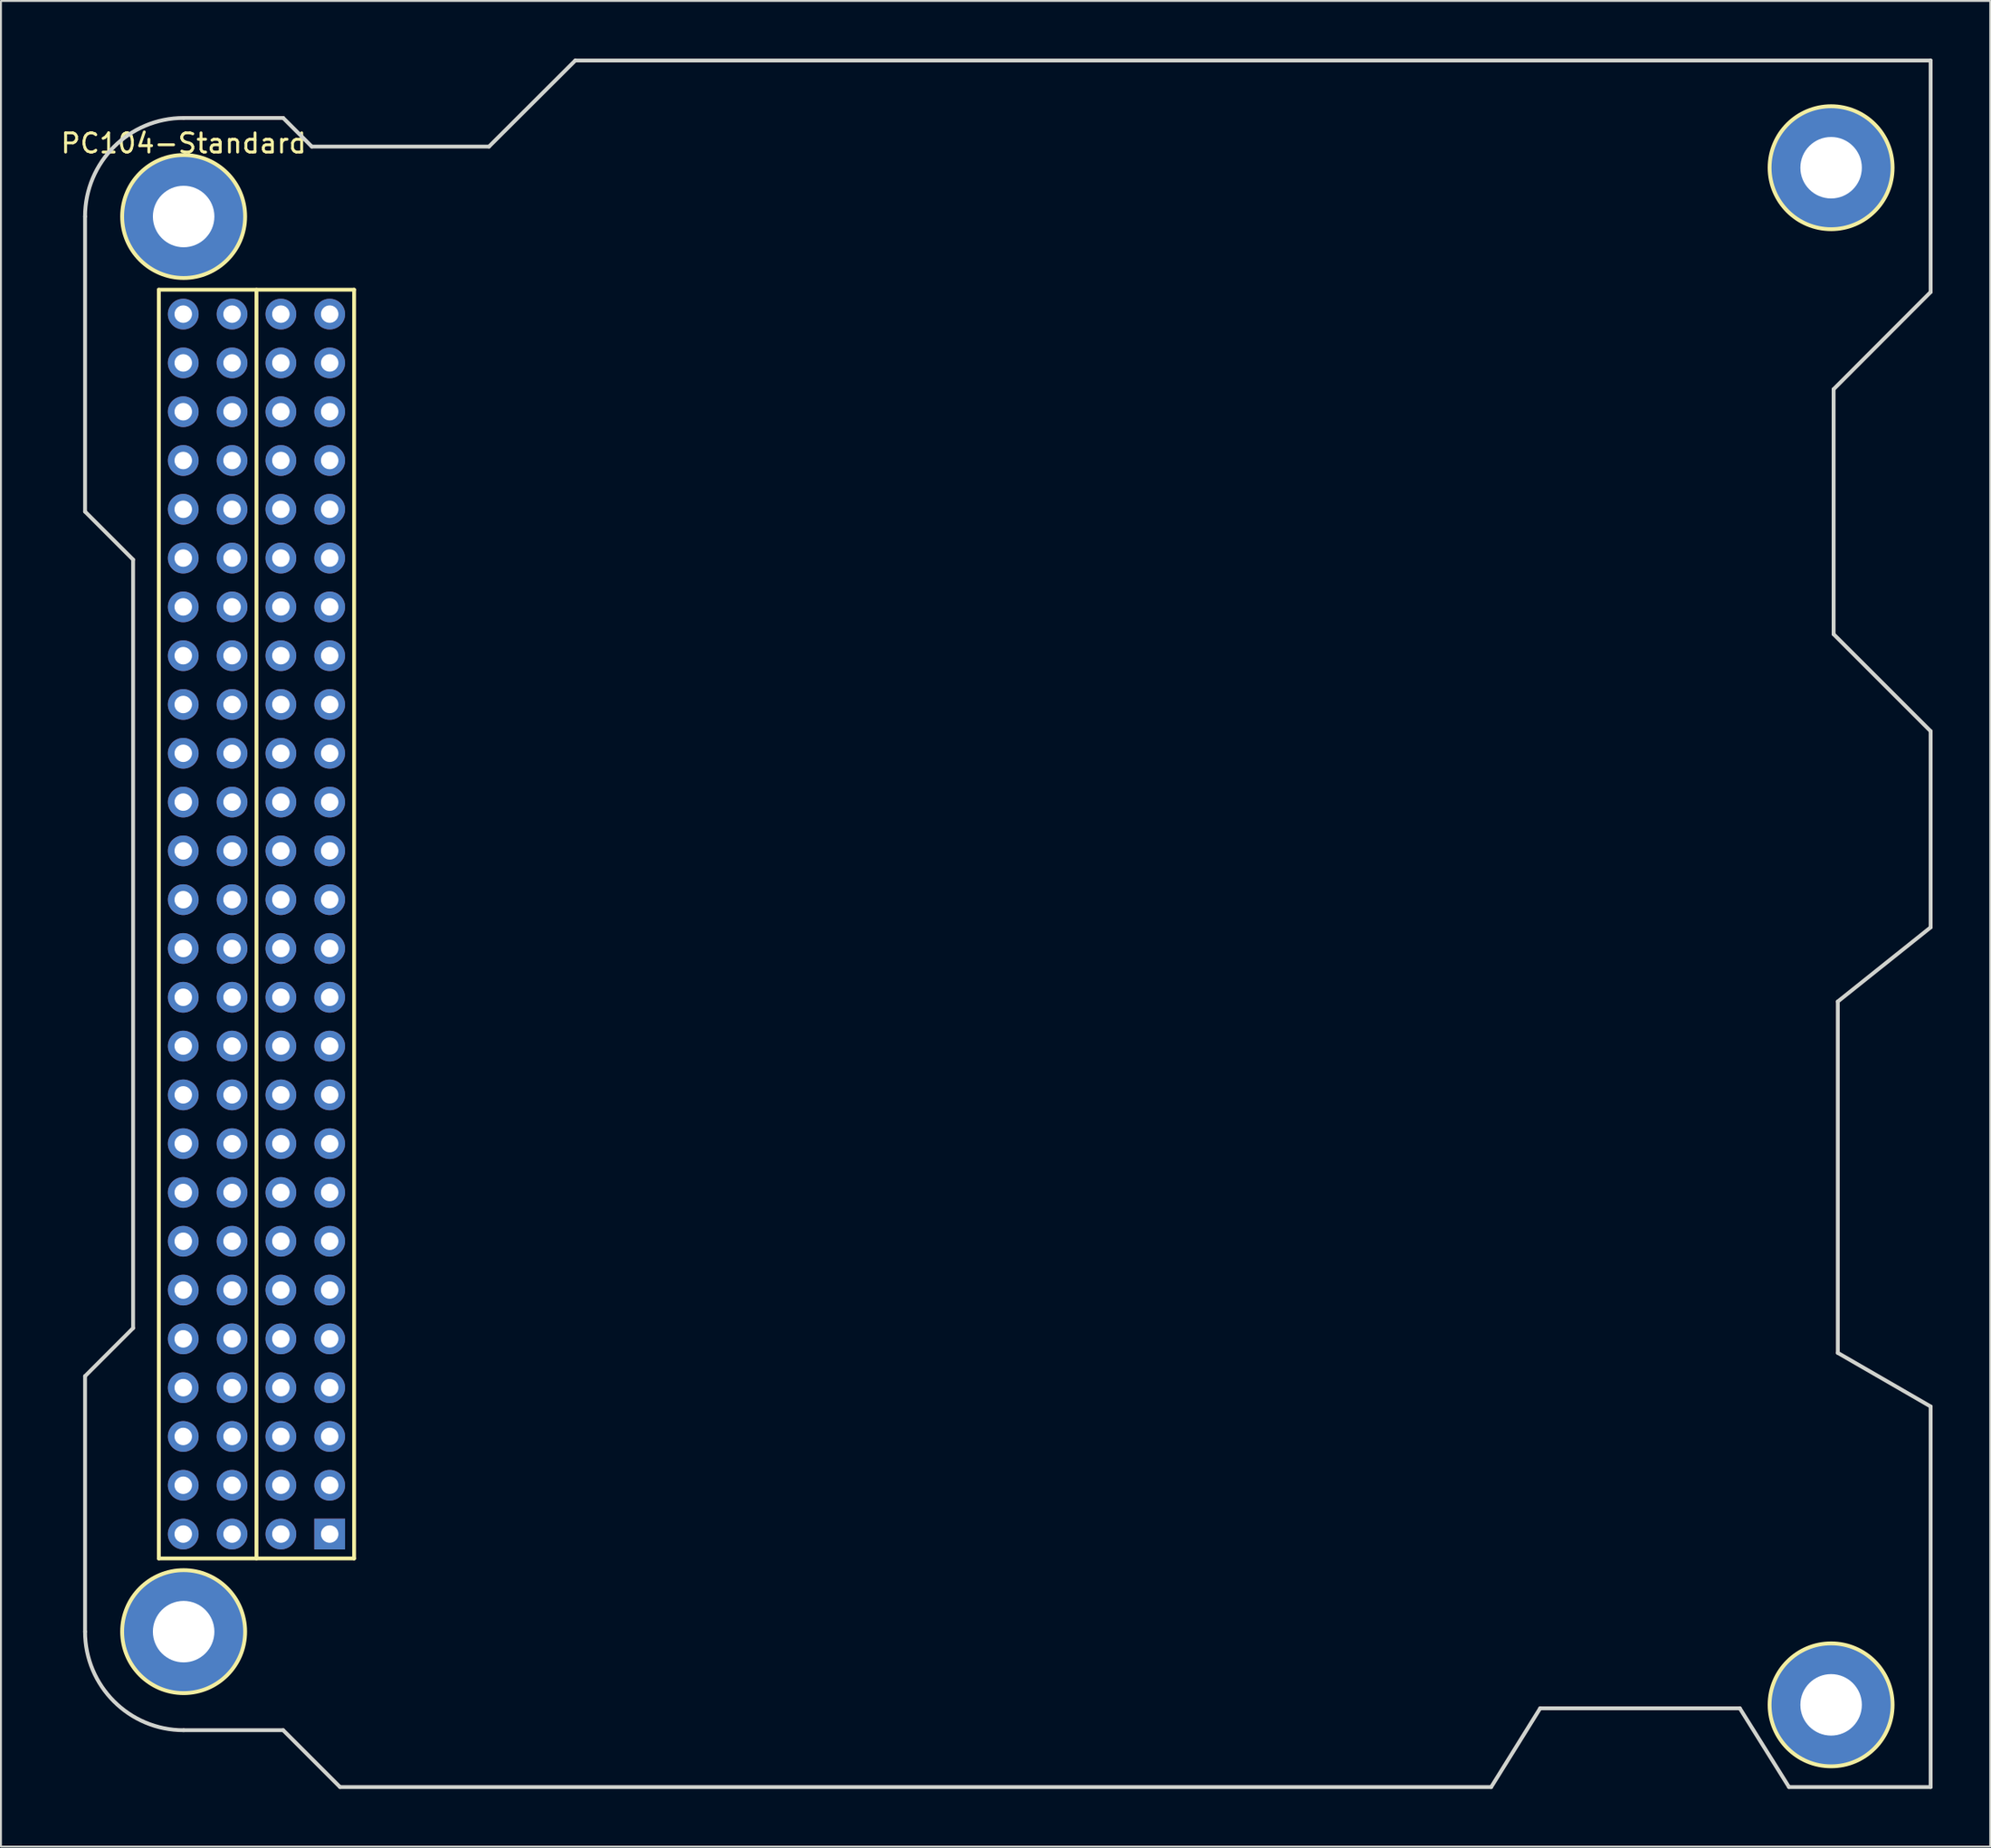
<source format=kicad_pcb>
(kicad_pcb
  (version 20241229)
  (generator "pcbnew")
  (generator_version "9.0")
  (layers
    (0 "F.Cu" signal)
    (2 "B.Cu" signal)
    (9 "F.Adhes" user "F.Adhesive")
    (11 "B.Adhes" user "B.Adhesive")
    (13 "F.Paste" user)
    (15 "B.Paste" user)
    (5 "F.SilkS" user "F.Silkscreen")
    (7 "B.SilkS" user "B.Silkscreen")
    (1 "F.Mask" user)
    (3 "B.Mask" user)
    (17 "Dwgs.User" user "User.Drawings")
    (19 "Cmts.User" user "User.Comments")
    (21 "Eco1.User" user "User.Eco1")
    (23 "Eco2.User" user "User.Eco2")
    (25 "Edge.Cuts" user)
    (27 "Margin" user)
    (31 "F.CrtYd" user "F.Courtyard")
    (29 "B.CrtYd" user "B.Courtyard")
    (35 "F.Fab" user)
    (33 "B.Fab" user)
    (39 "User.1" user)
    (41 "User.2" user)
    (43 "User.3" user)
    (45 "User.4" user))
  (footprint "PC104-Standard"
    (layer "F.Cu")
    (at 6.506 81.88)
    (property "Reference" "PC104-Standard" (at 0 -77.47 0) (layer "F.SilkS") (effects (font (size 1 1) (thickness 0.15))))
    (attr through_hole)
    (fp_line (start -1.29 -69.85) (end 8.87 -69.85) (stroke (width 0.2) (type solid)) (layer "F.SilkS"))
    (fp_line (start -1.29 -3.81) (end -1.29 -69.85) (stroke (width 0.2) (type solid)) (layer "F.SilkS"))
    (fp_line (start 3.79 -69.85) (end 3.79 -3.81) (stroke (width 0.2) (type solid)) (layer "F.SilkS"))
    (fp_line (start 8.87 -69.85) (end 8.87 -3.81) (stroke (width 0.2) (type solid)) (layer "F.SilkS"))
    (fp_line (start 8.87 -3.81) (end -1.29 -3.81) (stroke (width 0.2) (type solid)) (layer "F.SilkS"))
    (fp_circle (center 0 -73.66) (end 3.2 -73.66) (stroke (width 0.2) (type solid)) (fill no) (layer "F.SilkS"))
    (fp_circle (center 0 0) (end 3.2 0) (stroke (width 0.2) (type solid)) (fill no) (layer "F.SilkS"))
    (fp_circle (center 85.73 -76.2) (end 88.93 -76.2) (stroke (width 0.2) (type solid)) (fill no) (layer "F.SilkS"))
    (fp_circle (center 85.73 3.81) (end 88.93 3.81) (stroke (width 0.2) (type solid)) (fill no) (layer "F.SilkS"))
    (fp_line (start -5.13 -58.3) (end -5.13 -73.66) (stroke (width 0.2) (type solid)) (layer "Edge.Cuts"))
    (fp_line (start -5.13 -13.3) (end -5.13 0) (stroke (width 0.2) (type solid)) (layer "Edge.Cuts"))
    (fp_line (start -5.13 -13.3) (end -2.63 -15.8) (stroke (width 0.2) (type solid)) (layer "Edge.Cuts"))
    (fp_line (start -2.63 -55.8) (end -5.13 -58.3) (stroke (width 0.2) (type solid)) (layer "Edge.Cuts"))
    (fp_line (start -2.63 -15.8) (end -2.63 -55.8) (stroke (width 0.2) (type solid)) (layer "Edge.Cuts"))
    (fp_line (start 5.18 -78.79) (end 0 -78.79) (stroke (width 0.2) (type solid)) (layer "Edge.Cuts"))
    (fp_line (start 5.18 -78.79) (end 6.67 -77.3) (stroke (width 0.2) (type solid)) (layer "Edge.Cuts"))
    (fp_line (start 5.18 5.13) (end 0 5.13) (stroke (width 0.2) (type solid)) (layer "Edge.Cuts"))
    (fp_line (start 6.67 -77.3) (end 15.89 -77.3) (stroke (width 0.2) (type solid)) (layer "Edge.Cuts"))
    (fp_line (start 8.14 8.09) (end 5.18 5.13) (stroke (width 0.2) (type solid)) (layer "Edge.Cuts"))
    (fp_line (start 15.89 -77.3) (end 20.38 -81.78) (stroke (width 0.2) (type solid)) (layer "Edge.Cuts"))
    (fp_line (start 20.38 -81.78) (end 90.91 -81.78) (stroke (width 0.2) (type solid)) (layer "Edge.Cuts"))
    (fp_line (start 68.04 8.09) (end 8.14 8.09) (stroke (width 0.2) (type solid)) (layer "Edge.Cuts"))
    (fp_line (start 70.59 3.99) (end 68.04 8.09) (stroke (width 0.2) (type solid)) (layer "Edge.Cuts"))
    (fp_line (start 80.98 3.99) (end 70.59 3.99) (stroke (width 0.2) (type solid)) (layer "Edge.Cuts"))
    (fp_line (start 83.54 8.09) (end 80.98 3.99) (stroke (width 0.2) (type solid)) (layer "Edge.Cuts"))
    (fp_line (start 85.86 -64.67) (end 85.86 -51.92) (stroke (width 0.2) (type solid)) (layer "Edge.Cuts"))
    (fp_line (start 85.86 -51.92) (end 90.91 -46.87) (stroke (width 0.2) (type solid)) (layer "Edge.Cuts"))
    (fp_line (start 86.08 -32.8) (end 86.08 -14.51) (stroke (width 0.2) (type solid)) (layer "Edge.Cuts"))
    (fp_line (start 86.08 -14.51) (end 90.91 -11.72) (stroke (width 0.2) (type solid)) (layer "Edge.Cuts"))
    (fp_line (start 90.91 -81.78) (end 90.91 -69.73) (stroke (width 0.2) (type solid)) (layer "Edge.Cuts"))
    (fp_line (start 90.91 -69.73) (end 85.86 -64.67) (stroke (width 0.2) (type solid)) (layer "Edge.Cuts"))
    (fp_line (start 90.91 -46.87) (end 90.91 -36.66) (stroke (width 0.2) (type solid)) (layer "Edge.Cuts"))
    (fp_line (start 90.91 -36.66) (end 86.08 -32.8) (stroke (width 0.2) (type solid)) (layer "Edge.Cuts"))
    (fp_line (start 90.91 -11.72) (end 90.91 8.09) (stroke (width 0.2) (type solid)) (layer "Edge.Cuts"))
    (fp_line (start 90.91 8.09) (end 83.54 8.09) (stroke (width 0.2) (type solid)) (layer "Edge.Cuts"))
    (fp_arc (start -5.13 -73.66) (mid -3.627458 -77.287458) (end 0 -78.79) (stroke (width 0.2) (type solid)) (layer "Edge.Cuts"))
    (fp_arc (start 0 5.13) (mid -3.627458 3.627458) (end -5.13 0) (stroke (width 0.2) (type solid)) (layer "Edge.Cuts"))
    (pad "" thru_hole circle (at 0 -73.66) (size 6.35 6.35) (drill 3.2) (layers "*.Cu" "*.Mask"))
    (pad "" thru_hole circle (at 0 0) (size 6.35 6.35) (drill 3.2) (layers "*.Cu" "*.Mask"))
    (pad "" thru_hole circle (at 85.73 -76.2) (size 6.35 6.35) (drill 3.2) (layers "*.Cu" "*.Mask"))
    (pad "" thru_hole circle (at 85.73 3.81) (size 6.35 6.35) (drill 3.2) (layers "*.Cu" "*.Mask"))
    (pad "1" thru_hole rect (at 7.6 -5.08) (size 1.6 1.6) (drill 0.91) (layers "*.Cu" "*.Mask"))
    (pad "2" thru_hole circle (at 5.06 -5.08) (size 1.6 1.6) (drill 0.91) (layers "*.Cu" "*.Mask"))
    (pad "3" thru_hole circle (at 7.6 -7.62) (size 1.6 1.6) (drill 0.91) (layers "*.Cu" "*.Mask"))
    (pad "4" thru_hole circle (at 5.06 -7.62) (size 1.6 1.6) (drill 0.91) (layers "*.Cu" "*.Mask"))
    (pad "5" thru_hole circle (at 7.6 -10.16) (size 1.6 1.6) (drill 0.91) (layers "*.Cu" "*.Mask"))
    (pad "6" thru_hole circle (at 5.06 -10.16) (size 1.6 1.6) (drill 0.91) (layers "*.Cu" "*.Mask"))
    (pad "7" thru_hole circle (at 7.6 -12.7) (size 1.6 1.6) (drill 0.91) (layers "*.Cu" "*.Mask"))
    (pad "8" thru_hole circle (at 5.06 -12.7) (size 1.6 1.6) (drill 0.91) (layers "*.Cu" "*.Mask"))
    (pad "9" thru_hole circle (at 7.6 -15.24) (size 1.6 1.6) (drill 0.91) (layers "*.Cu" "*.Mask"))
    (pad "10" thru_hole circle (at 5.06 -15.24) (size 1.6 1.6) (drill 0.91) (layers "*.Cu" "*.Mask"))
    (pad "11" thru_hole circle (at 7.6 -17.78) (size 1.6 1.6) (drill 0.91) (layers "*.Cu" "*.Mask"))
    (pad "12" thru_hole circle (at 5.06 -17.78) (size 1.6 1.6) (drill 0.91) (layers "*.Cu" "*.Mask"))
    (pad "13" thru_hole circle (at 7.6 -20.32) (size 1.6 1.6) (drill 0.91) (layers "*.Cu" "*.Mask"))
    (pad "14" thru_hole circle (at 5.06 -20.32) (size 1.6 1.6) (drill 0.91) (layers "*.Cu" "*.Mask"))
    (pad "15" thru_hole circle (at 7.6 -22.86) (size 1.6 1.6) (drill 0.91) (layers "*.Cu" "*.Mask"))
    (pad "16" thru_hole circle (at 5.06 -22.86) (size 1.6 1.6) (drill 0.91) (layers "*.Cu" "*.Mask"))
    (pad "17" thru_hole circle (at 7.6 -25.4) (size 1.6 1.6) (drill 0.91) (layers "*.Cu" "*.Mask"))
    (pad "18" thru_hole circle (at 5.06 -25.4) (size 1.6 1.6) (drill 0.91) (layers "*.Cu" "*.Mask"))
    (pad "19" thru_hole circle (at 7.6 -27.94) (size 1.6 1.6) (drill 0.91) (layers "*.Cu" "*.Mask"))
    (pad "20" thru_hole circle (at 5.06 -27.94) (size 1.6 1.6) (drill 0.91) (layers "*.Cu" "*.Mask"))
    (pad "21" thru_hole circle (at 7.6 -30.48) (size 1.6 1.6) (drill 0.91) (layers "*.Cu" "*.Mask"))
    (pad "22" thru_hole circle (at 5.06 -30.48) (size 1.6 1.6) (drill 0.91) (layers "*.Cu" "*.Mask"))
    (pad "23" thru_hole circle (at 7.6 -33.02) (size 1.6 1.6) (drill 0.91) (layers "*.Cu" "*.Mask"))
    (pad "24" thru_hole circle (at 5.06 -33.02) (size 1.6 1.6) (drill 0.91) (layers "*.Cu" "*.Mask"))
    (pad "25" thru_hole circle (at 7.6 -35.56) (size 1.6 1.6) (drill 0.91) (layers "*.Cu" "*.Mask"))
    (pad "26" thru_hole circle (at 5.06 -35.56) (size 1.6 1.6) (drill 0.91) (layers "*.Cu" "*.Mask"))
    (pad "27" thru_hole circle (at 7.6 -38.1) (size 1.6 1.6) (drill 0.91) (layers "*.Cu" "*.Mask"))
    (pad "28" thru_hole circle (at 5.06 -38.1) (size 1.6 1.6) (drill 0.91) (layers "*.Cu" "*.Mask"))
    (pad "29" thru_hole circle (at 7.6 -40.64) (size 1.6 1.6) (drill 0.91) (layers "*.Cu" "*.Mask"))
    (pad "30" thru_hole circle (at 5.06 -40.64) (size 1.6 1.6) (drill 0.91) (layers "*.Cu" "*.Mask"))
    (pad "31" thru_hole circle (at 7.6 -43.18) (size 1.6 1.6) (drill 0.91) (layers "*.Cu" "*.Mask"))
    (pad "32" thru_hole circle (at 5.06 -43.18) (size 1.6 1.6) (drill 0.91) (layers "*.Cu" "*.Mask"))
    (pad "33" thru_hole circle (at 7.6 -45.72) (size 1.6 1.6) (drill 0.91) (layers "*.Cu" "*.Mask"))
    (pad "34" thru_hole circle (at 5.06 -45.72) (size 1.6 1.6) (drill 0.91) (layers "*.Cu" "*.Mask"))
    (pad "35" thru_hole circle (at 7.6 -48.26) (size 1.6 1.6) (drill 0.91) (layers "*.Cu" "*.Mask"))
    (pad "36" thru_hole circle (at 5.06 -48.26) (size 1.6 1.6) (drill 0.91) (layers "*.Cu" "*.Mask"))
    (pad "37" thru_hole circle (at 7.6 -50.8) (size 1.6 1.6) (drill 0.91) (layers "*.Cu" "*.Mask"))
    (pad "38" thru_hole circle (at 5.06 -50.8) (size 1.6 1.6) (drill 0.91) (layers "*.Cu" "*.Mask"))
    (pad "39" thru_hole circle (at 7.6 -53.34) (size 1.6 1.6) (drill 0.91) (layers "*.Cu" "*.Mask"))
    (pad "40" thru_hole circle (at 5.06 -53.34) (size 1.6 1.6) (drill 0.91) (layers "*.Cu" "*.Mask"))
    (pad "41" thru_hole circle (at 7.6 -55.88) (size 1.6 1.6) (drill 0.91) (layers "*.Cu" "*.Mask"))
    (pad "42" thru_hole circle (at 5.06 -55.88) (size 1.6 1.6) (drill 0.91) (layers "*.Cu" "*.Mask"))
    (pad "43" thru_hole circle (at 7.6 -58.42) (size 1.6 1.6) (drill 0.91) (layers "*.Cu" "*.Mask"))
    (pad "44" thru_hole circle (at 5.06 -58.42) (size 1.6 1.6) (drill 0.91) (layers "*.Cu" "*.Mask"))
    (pad "45" thru_hole circle (at 7.6 -60.96) (size 1.6 1.6) (drill 0.91) (layers "*.Cu" "*.Mask"))
    (pad "46" thru_hole circle (at 5.06 -60.96) (size 1.6 1.6) (drill 0.91) (layers "*.Cu" "*.Mask"))
    (pad "47" thru_hole circle (at 7.6 -63.5) (size 1.6 1.6) (drill 0.91) (layers "*.Cu" "*.Mask"))
    (pad "48" thru_hole circle (at 5.06 -63.5) (size 1.6 1.6) (drill 0.91) (layers "*.Cu" "*.Mask"))
    (pad "49" thru_hole circle (at 7.6 -66.04) (size 1.6 1.6) (drill 0.91) (layers "*.Cu" "*.Mask"))
    (pad "50" thru_hole circle (at 5.06 -66.04) (size 1.6 1.6) (drill 0.91) (layers "*.Cu" "*.Mask"))
    (pad "51" thru_hole circle (at 7.6 -68.58) (size 1.6 1.6) (drill 0.91) (layers "*.Cu" "*.Mask"))
    (pad "52" thru_hole circle (at 5.06 -68.58) (size 1.6 1.6) (drill 0.91) (layers "*.Cu" "*.Mask"))
    (pad "53" thru_hole circle (at 2.52 -5.08) (size 1.6 1.6) (drill 0.91) (layers "*.Cu" "*.Mask"))
    (pad "54" thru_hole circle (at -0.02 -5.08) (size 1.6 1.6) (drill 0.91) (layers "*.Cu" "*.Mask"))
    (pad "55" thru_hole circle (at 2.52 -7.62) (size 1.6 1.6) (drill 0.91) (layers "*.Cu" "*.Mask"))
    (pad "56" thru_hole circle (at -0.02 -7.62) (size 1.6 1.6) (drill 0.91) (layers "*.Cu" "*.Mask"))
    (pad "57" thru_hole circle (at 2.52 -10.16 90) (size 1.6 1.6) (drill 0.91) (layers "*.Cu" "*.Mask"))
    (pad "58" thru_hole circle (at -0.02 -10.16) (size 1.6 1.6) (drill 0.91) (layers "*.Cu" "*.Mask"))
    (pad "59" thru_hole circle (at 2.52 -12.7) (size 1.6 1.6) (drill 0.91) (layers "*.Cu" "*.Mask"))
    (pad "60" thru_hole circle (at -0.02 -12.7) (size 1.6 1.6) (drill 0.91) (layers "*.Cu" "*.Mask"))
    (pad "61" thru_hole circle (at 2.52 -15.24) (size 1.6 1.6) (drill 0.91) (layers "*.Cu" "*.Mask"))
    (pad "62" thru_hole circle (at -0.02 -15.24) (size 1.6 1.6) (drill 0.91) (layers "*.Cu" "*.Mask"))
    (pad "63" thru_hole circle (at 2.52 -17.78) (size 1.6 1.6) (drill 0.91) (layers "*.Cu" "*.Mask"))
    (pad "64" thru_hole circle (at -0.02 -17.78) (size 1.6 1.6) (drill 0.91) (layers "*.Cu" "*.Mask"))
    (pad "65" thru_hole circle (at 2.52 -20.32) (size 1.6 1.6) (drill 0.91) (layers "*.Cu" "*.Mask"))
    (pad "66" thru_hole circle (at -0.02 -20.32) (size 1.6 1.6) (drill 0.91) (layers "*.Cu" "*.Mask"))
    (pad "67" thru_hole circle (at 2.52 -22.86) (size 1.6 1.6) (drill 0.91) (layers "*.Cu" "*.Mask"))
    (pad "68" thru_hole circle (at -0.02 -22.86) (size 1.6 1.6) (drill 0.91) (layers "*.Cu" "*.Mask"))
    (pad "69" thru_hole circle (at 2.52 -25.4) (size 1.6 1.6) (drill 0.91) (layers "*.Cu" "*.Mask"))
    (pad "70" thru_hole circle (at -0.02 -25.4) (size 1.6 1.6) (drill 0.91) (layers "*.Cu" "*.Mask"))
    (pad "71" thru_hole circle (at 2.52 -27.94) (size 1.6 1.6) (drill 0.91) (layers "*.Cu" "*.Mask"))
    (pad "72" thru_hole circle (at -0.02 -27.94) (size 1.6 1.6) (drill 0.91) (layers "*.Cu" "*.Mask"))
    (pad "73" thru_hole circle (at 2.52 -30.48) (size 1.6 1.6) (drill 0.91) (layers "*.Cu" "*.Mask"))
    (pad "74" thru_hole circle (at -0.02 -30.48) (size 1.6 1.6) (drill 0.91) (layers "*.Cu" "*.Mask"))
    (pad "75" thru_hole circle (at 2.52 -33.02) (size 1.6 1.6) (drill 0.91) (layers "*.Cu" "*.Mask"))
    (pad "76" thru_hole circle (at -0.02 -33.02) (size 1.6 1.6) (drill 0.91) (layers "*.Cu" "*.Mask"))
    (pad "77" thru_hole circle (at 2.52 -35.56) (size 1.6 1.6) (drill 0.91) (layers "*.Cu" "*.Mask"))
    (pad "78" thru_hole circle (at -0.02 -35.56) (size 1.6 1.6) (drill 0.91) (layers "*.Cu" "*.Mask"))
    (pad "79" thru_hole circle (at 2.52 -38.1) (size 1.6 1.6) (drill 0.91) (layers "*.Cu" "*.Mask"))
    (pad "80" thru_hole circle (at -0.02 -38.1) (size 1.6 1.6) (drill 0.91) (layers "*.Cu" "*.Mask"))
    (pad "81" thru_hole circle (at 2.52 -40.64) (size 1.6 1.6) (drill 0.91) (layers "*.Cu" "*.Mask"))
    (pad "82" thru_hole circle (at -0.02 -40.64) (size 1.6 1.6) (drill 0.91) (layers "*.Cu" "*.Mask"))
    (pad "83" thru_hole circle (at 2.52 -43.18) (size 1.6 1.6) (drill 0.91) (layers "*.Cu" "*.Mask"))
    (pad "84" thru_hole circle (at -0.02 -43.18) (size 1.6 1.6) (drill 0.91) (layers "*.Cu" "*.Mask"))
    (pad "85" thru_hole circle (at 2.52 -45.72) (size 1.6 1.6) (drill 0.91) (layers "*.Cu" "*.Mask"))
    (pad "86" thru_hole circle (at -0.02 -45.72) (size 1.6 1.6) (drill 0.91) (layers "*.Cu" "*.Mask"))
    (pad "87" thru_hole circle (at 2.52 -48.26) (size 1.6 1.6) (drill 0.91) (layers "*.Cu" "*.Mask"))
    (pad "88" thru_hole circle (at -0.02 -48.26) (size 1.6 1.6) (drill 0.91) (layers "*.Cu" "*.Mask"))
    (pad "89" thru_hole circle (at 2.52 -50.8) (size 1.6 1.6) (drill 0.91) (layers "*.Cu" "*.Mask"))
    (pad "90" thru_hole circle (at -0.02 -50.8) (size 1.6 1.6) (drill 0.91) (layers "*.Cu" "*.Mask"))
    (pad "91" thru_hole circle (at 2.52 -53.34) (size 1.6 1.6) (drill 0.91) (layers "*.Cu" "*.Mask"))
    (pad "92" thru_hole circle (at -0.02 -53.34) (size 1.6 1.6) (drill 0.91) (layers "*.Cu" "*.Mask"))
    (pad "93" thru_hole circle (at 2.52 -55.88) (size 1.6 1.6) (drill 0.91) (layers "*.Cu" "*.Mask"))
    (pad "94" thru_hole circle (at -0.02 -55.88) (size 1.6 1.6) (drill 0.91) (layers "*.Cu" "*.Mask"))
    (pad "95" thru_hole circle (at 2.52 -58.42) (size 1.6 1.6) (drill 0.91) (layers "*.Cu" "*.Mask"))
    (pad "96" thru_hole circle (at -0.02 -58.42) (size 1.6 1.6) (drill 0.91) (layers "*.Cu" "*.Mask"))
    (pad "97" thru_hole circle (at 2.52 -60.96) (size 1.6 1.6) (drill 0.91) (layers "*.Cu" "*.Mask"))
    (pad "98" thru_hole circle (at -0.02 -60.96) (size 1.6 1.6) (drill 0.91) (layers "*.Cu" "*.Mask"))
    (pad "99" thru_hole circle (at 2.52 -63.5) (size 1.6 1.6) (drill 0.91) (layers "*.Cu" "*.Mask"))
    (pad "100" thru_hole circle (at -0.02 -63.5) (size 1.6 1.6) (drill 0.91) (layers "*.Cu" "*.Mask"))
    (pad "101" thru_hole circle (at 2.52 -66.04) (size 1.6 1.6) (drill 0.91) (layers "*.Cu" "*.Mask"))
    (pad "102" thru_hole circle (at -0.02 -66.04) (size 1.6 1.6) (drill 0.91) (layers "*.Cu" "*.Mask"))
    (pad "103" thru_hole circle (at 2.52 -68.58) (size 1.6 1.6) (drill 0.91) (layers "*.Cu" "*.Mask"))
    (pad "104" thru_hole circle (at -0.02 -68.58) (size 1.6 1.6) (drill 0.91) (layers "*.Cu" "*.Mask")))
  (gr_rect
    (start -3 -3)
    (end 100.516 93.07)
    (stroke (width 0.1) (type default))
    (fill no)
    (layer "Edge.Cuts")))
</source>
